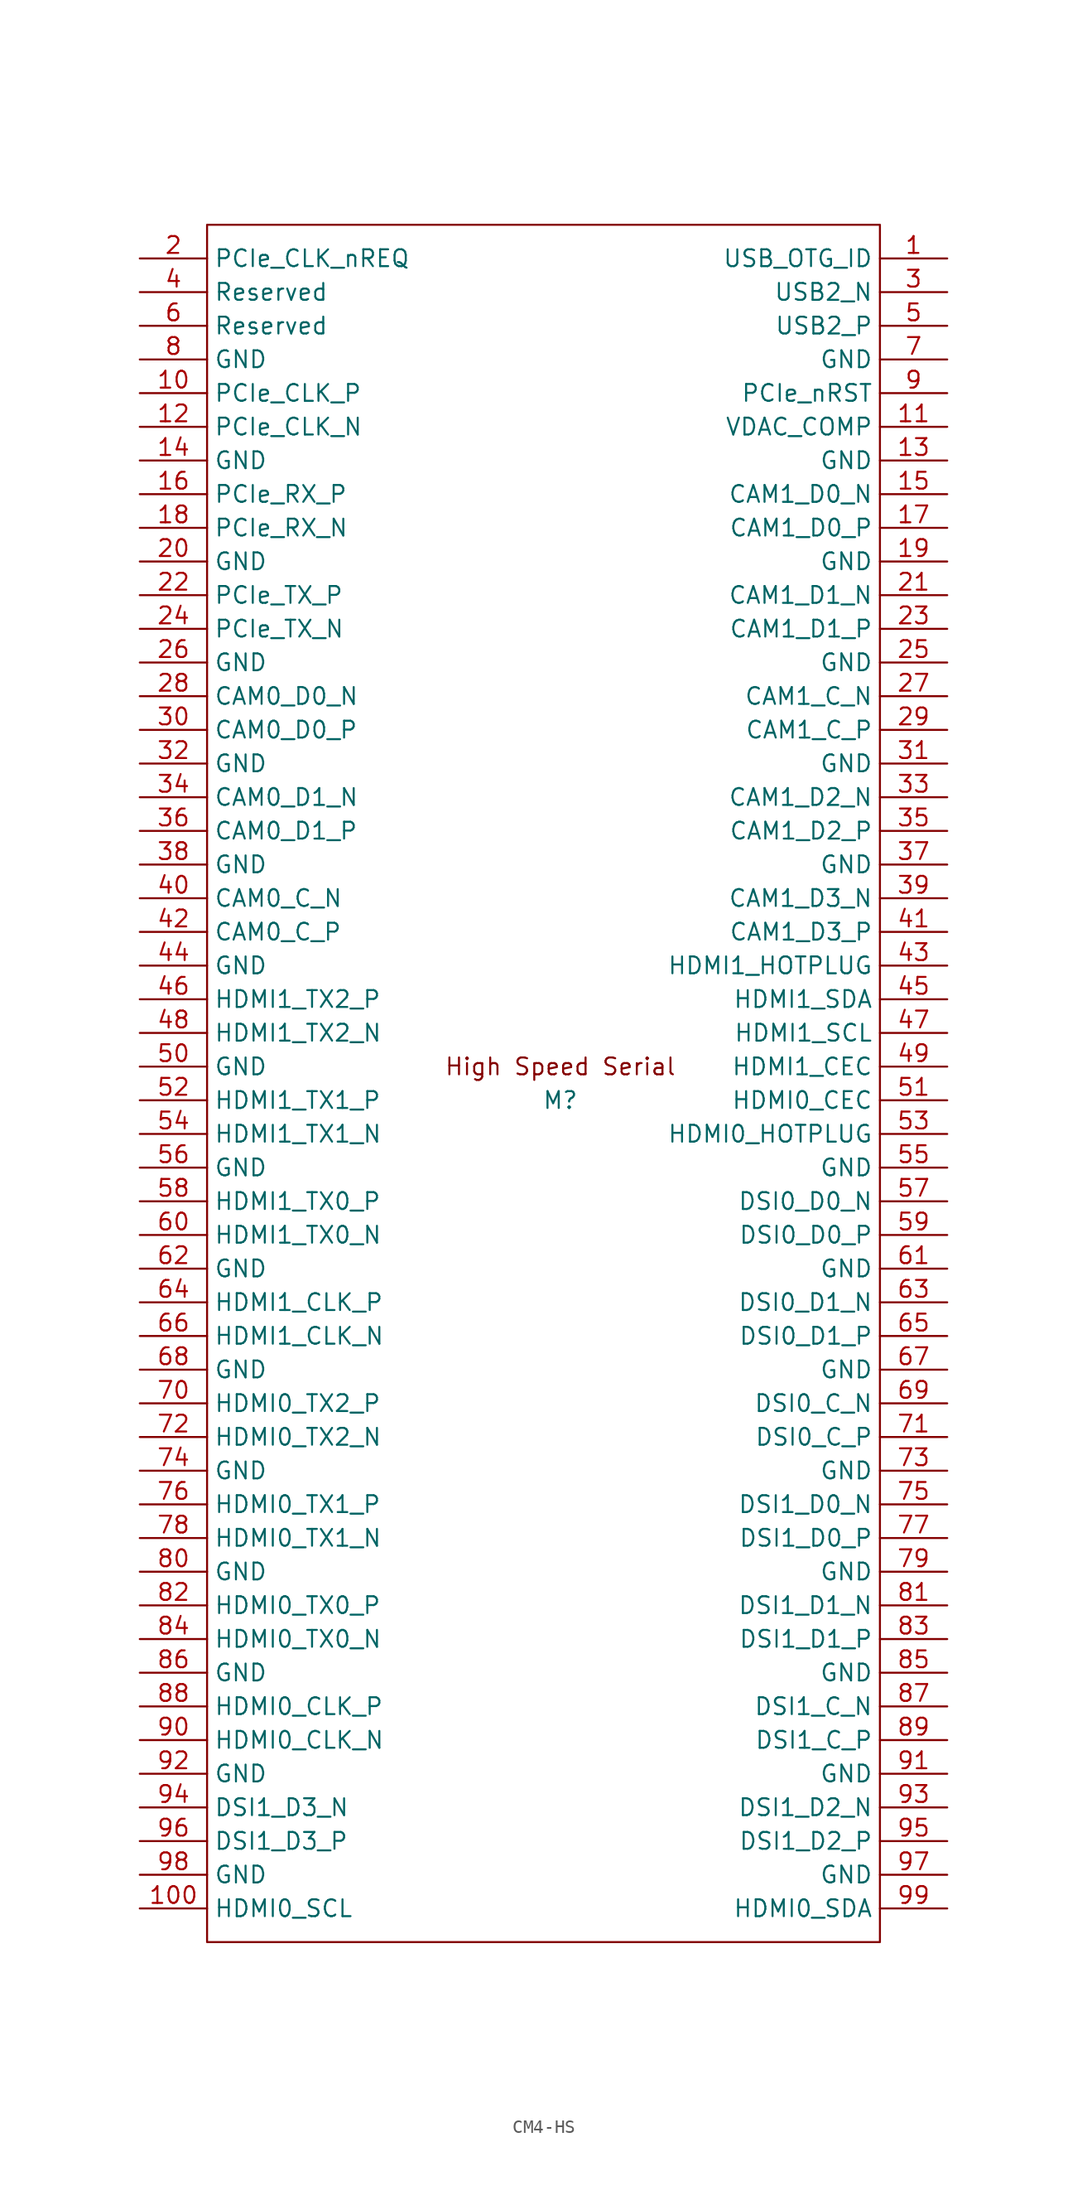
<source format=kicad_sym>
(kicad_symbol_lib
  (version 20241209)
  (generator "kicad_symbol_editor")
  (generator_version "9.0")
  (symbol "CM4-HS"
    (property "Reference" "M"
      (at 0 0 0)
      (effects (font (size 1.27 1.27))))
    (symbol "CM4-HS_1_1"
      (rectangle (start -26.67 -63.5) (end 24.13 66.04) (stroke (width 0) (type default)) (fill (type none)))
      (text "High Speed Serial" (at 0 2.54 0) (effects (font (size 1.27 1.27))))
      (pin input line (at -31.75 63.5 0) (length 5.08) (name "PCIe_CLK_nREQ" (effects (font (size 1.27 1.27)))) (number "2" (effects (font (size 1.27 1.27)))))
      (pin passive line (at -31.75 60.96 0) (length 5.08) (name "Reserved" (effects (font (size 1.27 1.27)))) (number "4" (effects (font (size 1.27 1.27)))))
      (pin passive line (at -31.75 58.42 0) (length 5.08) (name "Reserved" (effects (font (size 1.27 1.27)))) (number "6" (effects (font (size 1.27 1.27)))))
      (pin power_in line (at -31.75 55.88 0) (length 5.08) (name "GND" (effects (font (size 1.27 1.27)))) (number "8" (effects (font (size 1.27 1.27)))))
      (pin output line (at -31.75 53.34 0) (length 5.08) (name "PCIe_CLK_P" (effects (font (size 1.27 1.27)))) (number "10" (effects (font (size 1.27 1.27)))))
      (pin output line (at -31.75 50.8 0) (length 5.08) (name "PCIe_CLK_N" (effects (font (size 1.27 1.27)))) (number "12" (effects (font (size 1.27 1.27)))))
      (pin power_in line (at -31.75 48.26 0) (length 5.08) (name "GND" (effects (font (size 1.27 1.27)))) (number "14" (effects (font (size 1.27 1.27)))))
      (pin input line (at -31.75 45.72 0) (length 5.08) (name "PCIe_RX_P" (effects (font (size 1.27 1.27)))) (number "16" (effects (font (size 1.27 1.27)))))
      (pin input line (at -31.75 43.18 0) (length 5.08) (name "PCIe_RX_N" (effects (font (size 1.27 1.27)))) (number "18" (effects (font (size 1.27 1.27)))))
      (pin power_in line (at -31.75 40.64 0) (length 5.08) (name "GND" (effects (font (size 1.27 1.27)))) (number "20" (effects (font (size 1.27 1.27)))))
      (pin output line (at -31.75 38.1 0) (length 5.08) (name "PCIe_TX_P" (effects (font (size 1.27 1.27)))) (number "22" (effects (font (size 1.27 1.27)))))
      (pin output line (at -31.75 35.56 0) (length 5.08) (name "PCIe_TX_N" (effects (font (size 1.27 1.27)))) (number "24" (effects (font (size 1.27 1.27)))))
      (pin power_in line (at -31.75 33.02 0) (length 5.08) (name "GND" (effects (font (size 1.27 1.27)))) (number "26" (effects (font (size 1.27 1.27)))))
      (pin input line (at -31.75 30.48 0) (length 5.08) (name "CAM0_D0_N" (effects (font (size 1.27 1.27)))) (number "28" (effects (font (size 1.27 1.27)))))
      (pin input line (at -31.75 27.94 0) (length 5.08) (name "CAM0_D0_P" (effects (font (size 1.27 1.27)))) (number "30" (effects (font (size 1.27 1.27)))))
      (pin power_in line (at -31.75 25.4 0) (length 5.08) (name "GND" (effects (font (size 1.27 1.27)))) (number "32" (effects (font (size 1.27 1.27)))))
      (pin input line (at -31.75 22.86 0) (length 5.08) (name "CAM0_D1_N" (effects (font (size 1.27 1.27)))) (number "34" (effects (font (size 1.27 1.27)))))
      (pin input line (at -31.75 20.32 0) (length 5.08) (name "CAM0_D1_P" (effects (font (size 1.27 1.27)))) (number "36" (effects (font (size 1.27 1.27)))))
      (pin power_in line (at -31.75 17.78 0) (length 5.08) (name "GND" (effects (font (size 1.27 1.27)))) (number "38" (effects (font (size 1.27 1.27)))))
      (pin input line (at -31.75 15.24 0) (length 5.08) (name "CAM0_C_N" (effects (font (size 1.27 1.27)))) (number "40" (effects (font (size 1.27 1.27)))))
      (pin input line (at -31.75 12.7 0) (length 5.08) (name "CAM0_C_P" (effects (font (size 1.27 1.27)))) (number "42" (effects (font (size 1.27 1.27)))))
      (pin power_in line (at -31.75 10.16 0) (length 5.08) (name "GND" (effects (font (size 1.27 1.27)))) (number "44" (effects (font (size 1.27 1.27)))))
      (pin output line (at -31.75 7.62 0) (length 5.08) (name "HDMI1_TX2_P" (effects (font (size 1.27 1.27)))) (number "46" (effects (font (size 1.27 1.27)))))
      (pin output line (at -31.75 5.08 0) (length 5.08) (name "HDMI1_TX2_N" (effects (font (size 1.27 1.27)))) (number "48" (effects (font (size 1.27 1.27)))))
      (pin power_in line (at -31.75 2.54 0) (length 5.08) (name "GND" (effects (font (size 1.27 1.27)))) (number "50" (effects (font (size 1.27 1.27)))))
      (pin output line (at -31.75 0 0) (length 5.08) (name "HDMI1_TX1_P" (effects (font (size 1.27 1.27)))) (number "52" (effects (font (size 1.27 1.27)))))
      (pin output line (at -31.75 -2.54 0) (length 5.08) (name "HDMI1_TX1_N" (effects (font (size 1.27 1.27)))) (number "54" (effects (font (size 1.27 1.27)))))
      (pin power_in line (at -31.75 -5.08 0) (length 5.08) (name "GND" (effects (font (size 1.27 1.27)))) (number "56" (effects (font (size 1.27 1.27)))))
      (pin output line (at -31.75 -7.62 0) (length 5.08) (name "HDMI1_TX0_P" (effects (font (size 1.27 1.27)))) (number "58" (effects (font (size 1.27 1.27)))))
      (pin output line (at -31.75 -10.16 0) (length 5.08) (name "HDMI1_TX0_N" (effects (font (size 1.27 1.27)))) (number "60" (effects (font (size 1.27 1.27)))))
      (pin power_in line (at -31.75 -12.7 0) (length 5.08) (name "GND" (effects (font (size 1.27 1.27)))) (number "62" (effects (font (size 1.27 1.27)))))
      (pin output line (at -31.75 -15.24 0) (length 5.08) (name "HDMI1_CLK_P" (effects (font (size 1.27 1.27)))) (number "64" (effects (font (size 1.27 1.27)))))
      (pin output line (at -31.75 -17.78 0) (length 5.08) (name "HDMI1_CLK_N" (effects (font (size 1.27 1.27)))) (number "66" (effects (font (size 1.27 1.27)))))
      (pin power_in line (at -31.75 -20.32 0) (length 5.08) (name "GND" (effects (font (size 1.27 1.27)))) (number "68" (effects (font (size 1.27 1.27)))))
      (pin output line (at -31.75 -22.86 0) (length 5.08) (name "HDMI0_TX2_P" (effects (font (size 1.27 1.27)))) (number "70" (effects (font (size 1.27 1.27)))))
      (pin output line (at -31.75 -25.4 0) (length 5.08) (name "HDMI0_TX2_N" (effects (font (size 1.27 1.27)))) (number "72" (effects (font (size 1.27 1.27)))))
      (pin power_in line (at -31.75 -27.94 0) (length 5.08) (name "GND" (effects (font (size 1.27 1.27)))) (number "74" (effects (font (size 1.27 1.27)))))
      (pin output line (at -31.75 -30.48 0) (length 5.08) (name "HDMI0_TX1_P" (effects (font (size 1.27 1.27)))) (number "76" (effects (font (size 1.27 1.27)))))
      (pin output line (at -31.75 -33.02 0) (length 5.08) (name "HDMI0_TX1_N" (effects (font (size 1.27 1.27)))) (number "78" (effects (font (size 1.27 1.27)))))
      (pin power_in line (at -31.75 -35.56 0) (length 5.08) (name "GND" (effects (font (size 1.27 1.27)))) (number "80" (effects (font (size 1.27 1.27)))))
      (pin output line (at -31.75 -38.1 0) (length 5.08) (name "HDMI0_TX0_P" (effects (font (size 1.27 1.27)))) (number "82" (effects (font (size 1.27 1.27)))))
      (pin output line (at -31.75 -40.64 0) (length 5.08) (name "HDMI0_TX0_N" (effects (font (size 1.27 1.27)))) (number "84" (effects (font (size 1.27 1.27)))))
      (pin power_in line (at -31.75 -43.18 0) (length 5.08) (name "GND" (effects (font (size 1.27 1.27)))) (number "86" (effects (font (size 1.27 1.27)))))
      (pin output line (at -31.75 -45.72 0) (length 5.08) (name "HDMI0_CLK_P" (effects (font (size 1.27 1.27)))) (number "88" (effects (font (size 1.27 1.27)))))
      (pin output line (at -31.75 -48.26 0) (length 5.08) (name "HDMI0_CLK_N" (effects (font (size 1.27 1.27)))) (number "90" (effects (font (size 1.27 1.27)))))
      (pin power_in line (at -31.75 -50.8 0) (length 5.08) (name "GND" (effects (font (size 1.27 1.27)))) (number "92" (effects (font (size 1.27 1.27)))))
      (pin output line (at -31.75 -53.34 0) (length 5.08) (name "DSI1_D3_N" (effects (font (size 1.27 1.27)))) (number "94" (effects (font (size 1.27 1.27)))))
      (pin output line (at -31.75 -55.88 0) (length 5.08) (name "DSI1_D3_P" (effects (font (size 1.27 1.27)))) (number "96" (effects (font (size 1.27 1.27)))))
      (pin power_in line (at -31.75 -58.42 0) (length 5.08) (name "GND" (effects (font (size 1.27 1.27)))) (number "98" (effects (font (size 1.27 1.27)))))
      (pin open_collector line (at -31.75 -60.96 0) (length 5.08) (name "HDMI0_SCL" (effects (font (size 1.27 1.27)))) (number "100" (effects (font (size 1.27 1.27)))))
      (pin input line (at 29.21 63.5 180) (length 5.08) (name "USB_OTG_ID" (effects (font (size 1.27 1.27)))) (number "1" (effects (font (size 1.27 1.27)))))
      (pin passive line (at 29.21 60.96 180) (length 5.08) (name "USB2_N" (effects (font (size 1.27 1.27)))) (number "3" (effects (font (size 1.27 1.27)))))
      (pin passive line (at 29.21 58.42 180) (length 5.08) (name "USB2_P" (effects (font (size 1.27 1.27)))) (number "5" (effects (font (size 1.27 1.27)))))
      (pin power_in line (at 29.21 55.88 180) (length 5.08) (name "GND" (effects (font (size 1.27 1.27)))) (number "7" (effects (font (size 1.27 1.27)))))
      (pin bidirectional line (at 29.21 53.34 180) (length 5.08) (name "PCIe_nRST" (effects (font (size 1.27 1.27)))) (number "9" (effects (font (size 1.27 1.27)))))
      (pin passive line (at 29.21 50.8 180) (length 5.08) (name "VDAC_COMP" (effects (font (size 1.27 1.27)))) (number "11" (effects (font (size 1.27 1.27)))))
      (pin power_in line (at 29.21 48.26 180) (length 5.08) (name "GND" (effects (font (size 1.27 1.27)))) (number "13" (effects (font (size 1.27 1.27)))))
      (pin input line (at 29.21 45.72 180) (length 5.08) (name "CAM1_D0_N" (effects (font (size 1.27 1.27)))) (number "15" (effects (font (size 1.27 1.27)))))
      (pin input line (at 29.21 43.18 180) (length 5.08) (name "CAM1_D0_P" (effects (font (size 1.27 1.27)))) (number "17" (effects (font (size 1.27 1.27)))))
      (pin power_in line (at 29.21 40.64 180) (length 5.08) (name "GND" (effects (font (size 1.27 1.27)))) (number "19" (effects (font (size 1.27 1.27)))))
      (pin input line (at 29.21 38.1 180) (length 5.08) (name "CAM1_D1_N" (effects (font (size 1.27 1.27)))) (number "21" (effects (font (size 1.27 1.27)))))
      (pin input line (at 29.21 35.56 180) (length 5.08) (name "CAM1_D1_P" (effects (font (size 1.27 1.27)))) (number "23" (effects (font (size 1.27 1.27)))))
      (pin power_in line (at 29.21 33.02 180) (length 5.08) (name "GND" (effects (font (size 1.27 1.27)))) (number "25" (effects (font (size 1.27 1.27)))))
      (pin input line (at 29.21 30.48 180) (length 5.08) (name "CAM1_C_N" (effects (font (size 1.27 1.27)))) (number "27" (effects (font (size 1.27 1.27)))))
      (pin input line (at 29.21 27.94 180) (length 5.08) (name "CAM1_C_P" (effects (font (size 1.27 1.27)))) (number "29" (effects (font (size 1.27 1.27)))))
      (pin power_in line (at 29.21 25.4 180) (length 5.08) (name "GND" (effects (font (size 1.27 1.27)))) (number "31" (effects (font (size 1.27 1.27)))))
      (pin input line (at 29.21 22.86 180) (length 5.08) (name "CAM1_D2_N" (effects (font (size 1.27 1.27)))) (number "33" (effects (font (size 1.27 1.27)))))
      (pin input line (at 29.21 20.32 180) (length 5.08) (name "CAM1_D2_P" (effects (font (size 1.27 1.27)))) (number "35" (effects (font (size 1.27 1.27)))))
      (pin power_in line (at 29.21 17.78 180) (length 5.08) (name "GND" (effects (font (size 1.27 1.27)))) (number "37" (effects (font (size 1.27 1.27)))))
      (pin input line (at 29.21 15.24 180) (length 5.08) (name "CAM1_D3_N" (effects (font (size 1.27 1.27)))) (number "39" (effects (font (size 1.27 1.27)))))
      (pin input line (at 29.21 12.7 180) (length 5.08) (name "CAM1_D3_P" (effects (font (size 1.27 1.27)))) (number "41" (effects (font (size 1.27 1.27)))))
      (pin input line (at 29.21 10.16 180) (length 5.08) (name "HDMI1_HOTPLUG" (effects (font (size 1.27 1.27)))) (number "43" (effects (font (size 1.27 1.27)))))
      (pin bidirectional line (at 29.21 7.62 180) (length 5.08) (name "HDMI1_SDA" (effects (font (size 1.27 1.27)))) (number "45" (effects (font (size 1.27 1.27)))))
      (pin open_collector line (at 29.21 5.08 180) (length 5.08) (name "HDMI1_SCL" (effects (font (size 1.27 1.27)))) (number "47" (effects (font (size 1.27 1.27)))))
      (pin open_collector line (at 29.21 2.54 180) (length 5.08) (name "HDMI1_CEC" (effects (font (size 1.27 1.27)))) (number "49" (effects (font (size 1.27 1.27)))))
      (pin open_collector line (at 29.21 0 180) (length 5.08) (name "HDMI0_CEC" (effects (font (size 1.27 1.27)))) (number "51" (effects (font (size 1.27 1.27)))))
      (pin input line (at 29.21 -2.54 180) (length 5.08) (name "HDMI0_HOTPLUG" (effects (font (size 1.27 1.27)))) (number "53" (effects (font (size 1.27 1.27)))))
      (pin power_in line (at 29.21 -5.08 180) (length 5.08) (name "GND" (effects (font (size 1.27 1.27)))) (number "55" (effects (font (size 1.27 1.27)))))
      (pin output line (at 29.21 -7.62 180) (length 5.08) (name "DSI0_D0_N" (effects (font (size 1.27 1.27)))) (number "57" (effects (font (size 1.27 1.27)))))
      (pin output line (at 29.21 -10.16 180) (length 5.08) (name "DSI0_D0_P" (effects (font (size 1.27 1.27)))) (number "59" (effects (font (size 1.27 1.27)))))
      (pin power_in line (at 29.21 -12.7 180) (length 5.08) (name "GND" (effects (font (size 1.27 1.27)))) (number "61" (effects (font (size 1.27 1.27)))))
      (pin output line (at 29.21 -15.24 180) (length 5.08) (name "DSI0_D1_N" (effects (font (size 1.27 1.27)))) (number "63" (effects (font (size 1.27 1.27)))))
      (pin output line (at 29.21 -17.78 180) (length 5.08) (name "DSI0_D1_P" (effects (font (size 1.27 1.27)))) (number "65" (effects (font (size 1.27 1.27)))))
      (pin power_in line (at 29.21 -20.32 180) (length 5.08) (name "GND" (effects (font (size 1.27 1.27)))) (number "67" (effects (font (size 1.27 1.27)))))
      (pin output line (at 29.21 -22.86 180) (length 5.08) (name "DSI0_C_N" (effects (font (size 1.27 1.27)))) (number "69" (effects (font (size 1.27 1.27)))))
      (pin output line (at 29.21 -25.4 180) (length 5.08) (name "DSI0_C_P" (effects (font (size 1.27 1.27)))) (number "71" (effects (font (size 1.27 1.27)))))
      (pin power_in line (at 29.21 -27.94 180) (length 5.08) (name "GND" (effects (font (size 1.27 1.27)))) (number "73" (effects (font (size 1.27 1.27)))))
      (pin output line (at 29.21 -30.48 180) (length 5.08) (name "DSI1_D0_N" (effects (font (size 1.27 1.27)))) (number "75" (effects (font (size 1.27 1.27)))))
      (pin output line (at 29.21 -33.02 180) (length 5.08) (name "DSI1_D0_P" (effects (font (size 1.27 1.27)))) (number "77" (effects (font (size 1.27 1.27)))))
      (pin power_in line (at 29.21 -35.56 180) (length 5.08) (name "GND" (effects (font (size 1.27 1.27)))) (number "79" (effects (font (size 1.27 1.27)))))
      (pin output line (at 29.21 -38.1 180) (length 5.08) (name "DSI1_D1_N" (effects (font (size 1.27 1.27)))) (number "81" (effects (font (size 1.27 1.27)))))
      (pin output line (at 29.21 -40.64 180) (length 5.08) (name "DSI1_D1_P" (effects (font (size 1.27 1.27)))) (number "83" (effects (font (size 1.27 1.27)))))
      (pin power_in line (at 29.21 -43.18 180) (length 5.08) (name "GND" (effects (font (size 1.27 1.27)))) (number "85" (effects (font (size 1.27 1.27)))))
      (pin output line (at 29.21 -45.72 180) (length 5.08) (name "DSI1_C_N" (effects (font (size 1.27 1.27)))) (number "87" (effects (font (size 1.27 1.27)))))
      (pin output line (at 29.21 -48.26 180) (length 5.08) (name "DSI1_C_P" (effects (font (size 1.27 1.27)))) (number "89" (effects (font (size 1.27 1.27)))))
      (pin power_in line (at 29.21 -50.8 180) (length 5.08) (name "GND" (effects (font (size 1.27 1.27)))) (number "91" (effects (font (size 1.27 1.27)))))
      (pin output line (at 29.21 -53.34 180) (length 5.08) (name "DSI1_D2_N" (effects (font (size 1.27 1.27)))) (number "93" (effects (font (size 1.27 1.27)))))
      (pin output line (at 29.21 -55.88 180) (length 5.08) (name "DSI1_D2_P" (effects (font (size 1.27 1.27)))) (number "95" (effects (font (size 1.27 1.27)))))
      (pin power_in line (at 29.21 -58.42 180) (length 5.08) (name "GND" (effects (font (size 1.27 1.27)))) (number "97" (effects (font (size 1.27 1.27)))))
      (pin bidirectional line (at 29.21 -60.96 180) (length 5.08) (name "HDMI0_SDA" (effects (font (size 1.27 1.27)))) (number "99" (effects (font (size 1.27 1.27))))))))
</source>
